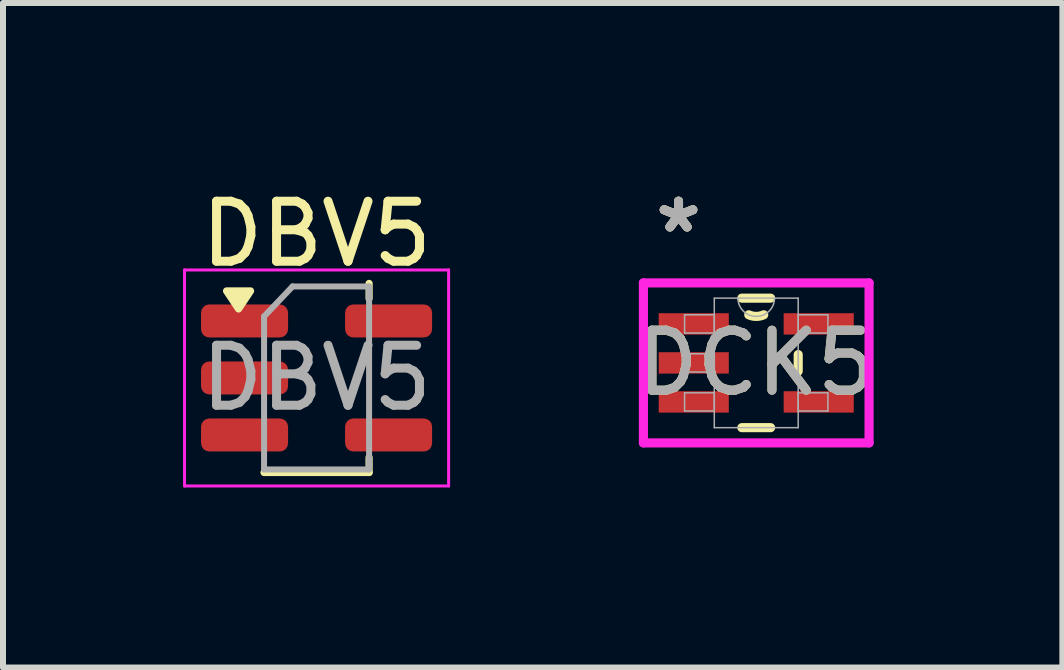
<source format=kicad_pcb>
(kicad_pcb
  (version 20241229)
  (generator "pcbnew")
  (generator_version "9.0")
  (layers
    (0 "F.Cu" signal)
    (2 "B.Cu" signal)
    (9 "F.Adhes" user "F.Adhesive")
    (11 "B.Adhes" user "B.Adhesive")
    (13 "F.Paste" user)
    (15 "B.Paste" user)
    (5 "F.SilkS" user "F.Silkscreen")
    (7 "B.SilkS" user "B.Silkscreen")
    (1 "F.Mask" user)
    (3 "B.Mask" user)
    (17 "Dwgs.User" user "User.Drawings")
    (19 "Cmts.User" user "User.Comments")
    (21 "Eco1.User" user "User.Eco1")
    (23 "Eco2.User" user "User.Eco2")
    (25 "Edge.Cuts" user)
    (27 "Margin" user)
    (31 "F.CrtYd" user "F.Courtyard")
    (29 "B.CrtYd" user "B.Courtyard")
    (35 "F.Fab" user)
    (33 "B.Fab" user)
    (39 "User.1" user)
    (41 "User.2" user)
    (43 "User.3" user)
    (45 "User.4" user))
  (footprint "DBV5"
    (layer "F.Cu")
    (at 2.225 3.248)
    (property "Reference" "DBV5" (at 0 -2.4 0) (layer "F.SilkS") (effects (font (size 1 1) (thickness 0.15))))
    (attr smd)
    (fp_line (start -0.875 1.575) (end 0.875 1.575) (stroke (width 0.12) (type solid)) (layer "F.SilkS"))
    (fp_line (start 0.875 -1.575) (end 0.875 -1.325) (stroke (width 0.12) (type solid)) (layer "F.SilkS"))
    (fp_line (start 0.875 1.325) (end 0.875 1.575) (stroke (width 0.12) (type solid)) (layer "F.SilkS"))
    (fp_poly (pts (xy -1.3 -1.15) (xy -1.5 -1.45) (xy -1.1 -1.45) (xy -1.3 -1.15)) (stroke (width 0.12) (type solid)) (fill yes) (layer "F.SilkS"))
    (fp_line (start -2.2 -1.8) (end -2.2 1.8) (stroke (width 0.05) (type solid)) (layer "F.CrtYd"))
    (fp_line (start -2.2 1.8) (end 2.2 1.8) (stroke (width 0.05) (type solid)) (layer "F.CrtYd"))
    (fp_line (start 2.2 -1.8) (end -2.2 -1.8) (stroke (width 0.05) (type solid)) (layer "F.CrtYd"))
    (fp_line (start 2.2 1.8) (end 2.2 -1.8) (stroke (width 0.05) (type solid)) (layer "F.CrtYd"))
    (fp_line (start -0.875 -1.025) (end -0.4 -1.525) (stroke (width 0.1) (type solid)) (layer "F.Fab"))
    (fp_line (start -0.875 1.525) (end -0.875 -1.025) (stroke (width 0.1) (type solid)) (layer "F.Fab"))
    (fp_line (start -0.4 -1.525) (end 0.875 -1.525) (stroke (width 0.1) (type solid)) (layer "F.Fab"))
    (fp_line (start 0.875 -1.525) (end 0.875 1.525) (stroke (width 0.1) (type solid)) (layer "F.Fab"))
    (fp_line (start 0.875 1.525) (end -0.875 1.525) (stroke (width 0.1) (type solid)) (layer "F.Fab"))
    (fp_text user "${REFERENCE}" (at 0 0 0) (layer "F.Fab") (effects (font (size 1 1) (thickness 0.15))))
    (pad "1" smd roundrect (at -1.2 -0.95) (size 1.45 0.55) (layers "F.Cu" "F.Mask" "F.Paste") (roundrect_rratio 0.25))
    (pad "2" smd roundrect (at -1.2 0) (size 1.45 0.55) (layers "F.Cu" "F.Mask" "F.Paste") (roundrect_rratio 0.25))
    (pad "3" smd roundrect (at -1.2 0.95) (size 1.45 0.55) (layers "F.Cu" "F.Mask" "F.Paste") (roundrect_rratio 0.25))
    (pad "4" smd roundrect (at 1.2 0.95) (size 1.45 0.55) (layers "F.Cu" "F.Mask" "F.Paste") (roundrect_rratio 0.25))
    (pad "5" smd roundrect (at 1.2 -0.95) (size 1.45 0.55) (layers "F.Cu" "F.Mask" "F.Paste") (roundrect_rratio 0.25)))
  (footprint "DCK5"
    (layer "F.Cu")
    (at 9.551 2.997)
    (property "Reference" "DCK5" (at 0 0 0) (unlocked yes) (layer "F.SilkS") (effects (font (size 1 1) (thickness 0.15))))
    (attr smd)
    (fp_line (start -0.24 1.079) (end 0.24 1.079) (stroke (width 0.152) (type solid)) (layer "F.SilkS"))
    (fp_line (start 0.24 -1.079) (end -0.24 -1.079) (stroke (width 0.152) (type solid)) (layer "F.SilkS"))
    (fp_line (start 0.699 0.139) (end 0.699 -0.139) (stroke (width 0.152) (type solid)) (layer "F.SilkS"))
    (fp_arc (start 0.12446 -0.801269) (mid 0 -0.7747) (end -0.12446 -0.801269) (stroke (width 0.1524) (type solid)) (layer "F.SilkS"))
    (fp_line (start -1.88 -1.333) (end 1.88 -1.333) (stroke (width 0.152) (type solid)) (layer "F.CrtYd"))
    (fp_line (start -1.88 1.333) (end -1.88 -1.333) (stroke (width 0.152) (type solid)) (layer "F.CrtYd"))
    (fp_line (start 1.88 -1.333) (end 1.88 1.333) (stroke (width 0.152) (type solid)) (layer "F.CrtYd"))
    (fp_line (start 1.88 1.333) (end -1.88 1.333) (stroke (width 0.152) (type solid)) (layer "F.CrtYd"))
    (fp_line (start -1.194 -0.802) (end -1.194 -0.498) (stroke (width 0.025) (type solid)) (layer "F.Fab"))
    (fp_line (start -1.194 -0.498) (end -0.699 -0.498) (stroke (width 0.025) (type solid)) (layer "F.Fab"))
    (fp_line (start -1.194 -0.152) (end -1.194 0.152) (stroke (width 0.025) (type solid)) (layer "F.Fab"))
    (fp_line (start -1.194 0.152) (end -0.699 0.152) (stroke (width 0.025) (type solid)) (layer "F.Fab"))
    (fp_line (start -1.194 0.498) (end -1.194 0.802) (stroke (width 0.025) (type solid)) (layer "F.Fab"))
    (fp_line (start -1.194 0.802) (end -0.699 0.802) (stroke (width 0.025) (type solid)) (layer "F.Fab"))
    (fp_line (start -0.699 -1.079) (end -0.699 1.079) (stroke (width 0.025) (type solid)) (layer "F.Fab"))
    (fp_line (start -0.699 -0.802) (end -1.194 -0.802) (stroke (width 0.025) (type solid)) (layer "F.Fab"))
    (fp_line (start -0.699 -0.498) (end -0.699 -0.802) (stroke (width 0.025) (type solid)) (layer "F.Fab"))
    (fp_line (start -0.699 -0.152) (end -1.194 -0.152) (stroke (width 0.025) (type solid)) (layer "F.Fab"))
    (fp_line (start -0.699 0.152) (end -0.699 -0.152) (stroke (width 0.025) (type solid)) (layer "F.Fab"))
    (fp_line (start -0.699 0.498) (end -1.194 0.498) (stroke (width 0.025) (type solid)) (layer "F.Fab"))
    (fp_line (start -0.699 0.802) (end -0.699 0.498) (stroke (width 0.025) (type solid)) (layer "F.Fab"))
    (fp_line (start -0.699 1.079) (end 0.699 1.079) (stroke (width 0.025) (type solid)) (layer "F.Fab"))
    (fp_line (start 0.699 -1.079) (end -0.699 -1.079) (stroke (width 0.025) (type solid)) (layer "F.Fab"))
    (fp_line (start 0.699 -0.802) (end 0.699 -0.498) (stroke (width 0.025) (type solid)) (layer "F.Fab"))
    (fp_line (start 0.699 -0.498) (end 1.194 -0.498) (stroke (width 0.025) (type solid)) (layer "F.Fab"))
    (fp_line (start 0.699 0.498) (end 0.699 0.802) (stroke (width 0.025) (type solid)) (layer "F.Fab"))
    (fp_line (start 0.699 0.802) (end 1.194 0.802) (stroke (width 0.025) (type solid)) (layer "F.Fab"))
    (fp_line (start 0.699 1.079) (end 0.699 -1.079) (stroke (width 0.025) (type solid)) (layer "F.Fab"))
    (fp_line (start 1.194 -0.802) (end 0.699 -0.802) (stroke (width 0.025) (type solid)) (layer "F.Fab"))
    (fp_line (start 1.194 -0.498) (end 1.194 -0.802) (stroke (width 0.025) (type solid)) (layer "F.Fab"))
    (fp_line (start 1.194 0.498) (end 0.699 0.498) (stroke (width 0.025) (type solid)) (layer "F.Fab"))
    (fp_line (start 1.194 0.802) (end 1.194 0.498) (stroke (width 0.025) (type solid)) (layer "F.Fab"))
    (fp_arc (start 0.3048 -1.0795) (mid 0 -0.7747) (end -0.3048 -1.0795) (stroke (width 0.0254) (type solid)) (layer "F.Fab"))
    (fp_text user "*" (at -1.295 -2.149 0) (layer "F.SilkS") (effects (font (size 1 1) (thickness 0.15))))
    (fp_text user "*" (at -1.295 -2.149 0) (unlocked yes) (layer "F.SilkS") (effects (font (size 1 1) (thickness 0.15))))
    (fp_text user "${REFERENCE}" (at 0 0 0) (unlocked yes) (layer "F.Fab") (effects (font (size 1 1) (thickness 0.15))))
    (fp_text user "*" (at -1.295 -2.149 0) (unlocked yes) (layer "F.Fab") (effects (font (size 1 1) (thickness 0.15))))
    (fp_text user "*" (at -1.295 -2.149 0) (layer "F.Fab") (effects (font (size 1 1) (thickness 0.15))))
    (pad "1" smd rect (at -1.041 -0.65) (size 1.168 0.356) (layers "F.Cu" "F.Mask" "F.Paste"))
    (pad "2" smd rect (at -1.041 0) (size 1.168 0.356) (layers "F.Cu" "F.Mask" "F.Paste"))
    (pad "3" smd rect (at -1.041 0.65) (size 1.168 0.356) (layers "F.Cu" "F.Mask" "F.Paste"))
    (pad "4" smd rect (at 1.041 0.65) (size 1.168 0.356) (layers "F.Cu" "F.Mask" "F.Paste"))
    (pad "5" smd rect (at 1.041 -0.65) (size 1.168 0.356) (layers "F.Cu" "F.Mask" "F.Paste")))
  (gr_rect
    (start -3 -3)
    (end 14.652 8.073)
    (stroke (width 0.1) (type default))
    (fill no)
    (layer "Edge.Cuts")))
</source>
